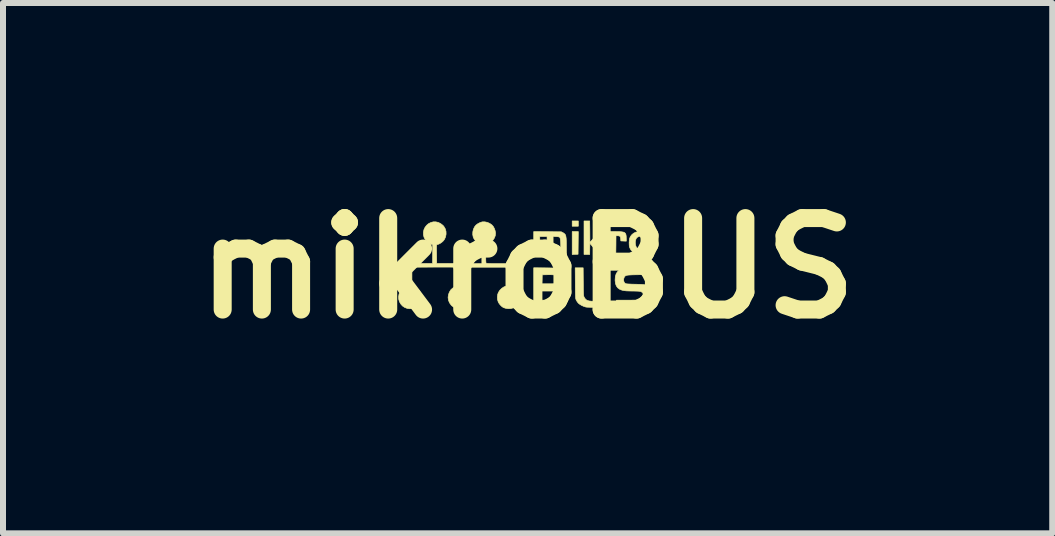
<source format=kicad_pcb>
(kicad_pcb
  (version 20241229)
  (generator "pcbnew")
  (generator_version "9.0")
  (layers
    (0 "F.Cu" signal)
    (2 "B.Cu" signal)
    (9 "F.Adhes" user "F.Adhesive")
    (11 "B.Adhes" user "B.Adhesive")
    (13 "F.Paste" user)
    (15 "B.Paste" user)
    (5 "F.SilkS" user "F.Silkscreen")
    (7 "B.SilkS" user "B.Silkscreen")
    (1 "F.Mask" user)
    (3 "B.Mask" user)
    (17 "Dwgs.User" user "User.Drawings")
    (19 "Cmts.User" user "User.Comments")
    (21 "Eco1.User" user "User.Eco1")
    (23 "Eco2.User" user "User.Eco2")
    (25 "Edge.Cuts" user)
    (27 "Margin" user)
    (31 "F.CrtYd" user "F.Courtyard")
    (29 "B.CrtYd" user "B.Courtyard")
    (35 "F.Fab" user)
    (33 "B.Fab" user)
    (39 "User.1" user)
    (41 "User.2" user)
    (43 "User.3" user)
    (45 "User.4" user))
  (footprint "mikroBUS"
    (layer "F.Cu")
    (at 5.74 1.418)
    (property "Reference" "mikroBUS" (at 0 0 0) (layer "F.SilkS") (effects (font (size 1.524 1.524) (thickness 0.3))))
    (attr through_hole)
    (fp_poly (pts (xy 0.845 -0.699) (xy 0.743 -0.699) (xy 0.743 -0.787) (xy 0.845 -0.787) (xy 0.845 -0.699)) (stroke (width 0.01) (type solid)) (fill yes) (layer "F.SilkS"))
    (fp_poly (pts (xy 0.843 -0.421) (xy 0.841 -0.232) (xy 0.792 -0.23) (xy 0.743 -0.228) (xy 0.743 -0.61) (xy 0.845 -0.61) (xy 0.843 -0.421)) (stroke (width 0.01) (type solid)) (fill yes) (layer "F.SilkS"))
    (fp_poly (pts (xy 1.528 -0.609) (xy 1.567 -0.606) (xy 1.596 -0.601) (xy 1.617 -0.592) (xy 1.631 -0.578) (xy 1.639 -0.558) (xy 1.643 -0.532) (xy 1.644 -0.498) (xy 1.644 -0.497) (xy 1.645 -0.45) (xy 1.599 -0.452) (xy 1.553 -0.454) (xy 1.551 -0.489) (xy 1.547 -0.515) (xy 1.539 -0.53) (xy 1.524 -0.538) (xy 1.501 -0.54) (xy 1.473 -0.54) (xy 1.472 -0.386) (xy 1.47 -0.232) (xy 1.425 -0.23) (xy 1.403 -0.23) (xy 1.385 -0.231) (xy 1.376 -0.232) (xy 1.376 -0.233) (xy 1.375 -0.24) (xy 1.374 -0.258) (xy 1.373 -0.286) (xy 1.372 -0.322) (xy 1.372 -0.363) (xy 1.372 -0.41) (xy 1.372 -0.423) (xy 1.372 -0.61) (xy 1.478 -0.61) (xy 1.528 -0.609)) (stroke (width 0.01) (type solid)) (fill yes) (layer "F.SilkS"))
    (fp_poly (pts (xy 1.037 -0.609) (xy 1.038 -0.43) (xy 1.103 -0.502) (xy 1.126 -0.529) (xy 1.148 -0.554) (xy 1.166 -0.575) (xy 1.179 -0.589) (xy 1.182 -0.592) (xy 1.189 -0.601) (xy 1.197 -0.606) (xy 1.207 -0.608) (xy 1.224 -0.609) (xy 1.249 -0.609) (xy 1.258 -0.608) (xy 1.32 -0.606) (xy 1.238 -0.521) (xy 1.212 -0.493) (xy 1.19 -0.468) (xy 1.172 -0.448) (xy 1.16 -0.433) (xy 1.156 -0.426) (xy 1.16 -0.419) (xy 1.171 -0.404) (xy 1.189 -0.383) (xy 1.211 -0.358) (xy 1.236 -0.329) (xy 1.239 -0.326) (xy 1.271 -0.291) (xy 1.294 -0.263) (xy 1.308 -0.245) (xy 1.314 -0.234) (xy 1.313 -0.231) (xy 1.303 -0.23) (xy 1.283 -0.23) (xy 1.258 -0.23) (xy 1.247 -0.23) (xy 1.191 -0.232) (xy 1.114 -0.323) (xy 1.038 -0.415) (xy 1.036 -0.322) (xy 1.035 -0.229) (xy 0.94 -0.229) (xy 0.94 -0.787) (xy 0.987 -0.787) (xy 1.035 -0.787) (xy 1.037 -0.609)) (stroke (width 0.01) (type solid)) (fill yes) (layer "F.SilkS"))
    (fp_poly (pts (xy 0.332 -0.608) (xy 0.562 -0.606) (xy 0.591 -0.591) (xy 0.606 -0.581) (xy 0.618 -0.571) (xy 0.628 -0.559) (xy 0.635 -0.544) (xy 0.639 -0.523) (xy 0.643 -0.495) (xy 0.645 -0.458) (xy 0.646 -0.412) (xy 0.646 -0.376) (xy 0.648 -0.229) (xy 0.552 -0.229) (xy 0.552 -0.341) (xy 0.552 -0.396) (xy 0.55 -0.439) (xy 0.547 -0.472) (xy 0.543 -0.495) (xy 0.538 -0.51) (xy 0.534 -0.516) (xy 0.524 -0.52) (xy 0.506 -0.524) (xy 0.482 -0.526) (xy 0.476 -0.526) (xy 0.425 -0.528) (xy 0.425 -0.228) (xy 0.376 -0.23) (xy 0.327 -0.232) (xy 0.325 -0.379) (xy 0.324 -0.527) (xy 0.203 -0.527) (xy 0.202 -0.379) (xy 0.2 -0.232) (xy 0.155 -0.23) (xy 0.133 -0.23) (xy 0.115 -0.231) (xy 0.106 -0.232) (xy 0.106 -0.233) (xy 0.105 -0.24) (xy 0.104 -0.258) (xy 0.103 -0.286) (xy 0.102 -0.322) (xy 0.102 -0.363) (xy 0.102 -0.41) (xy 0.102 -0.424) (xy 0.102 -0.61) (xy 0.332 -0.608)) (stroke (width 0.01) (type solid)) (fill yes) (layer "F.SilkS"))
    (fp_poly (pts (xy 1.924 -0.614) (xy 1.974 -0.601) (xy 2.015 -0.579) (xy 2.048 -0.548) (xy 2.072 -0.509) (xy 2.085 -0.463) (xy 2.088 -0.41) (xy 2.088 -0.407) (xy 2.081 -0.361) (xy 2.066 -0.322) (xy 2.041 -0.287) (xy 2.033 -0.278) (xy 2.003 -0.255) (xy 1.965 -0.238) (xy 1.923 -0.228) (xy 1.878 -0.225) (xy 1.836 -0.23) (xy 1.832 -0.231) (xy 1.786 -0.248) (xy 1.749 -0.272) (xy 1.72 -0.306) (xy 1.707 -0.33) (xy 1.7 -0.346) (xy 1.695 -0.363) (xy 1.693 -0.384) (xy 1.692 -0.414) (xy 1.692 -0.422) (xy 1.692 -0.425) (xy 1.794 -0.425) (xy 1.799 -0.383) (xy 1.812 -0.349) (xy 1.835 -0.323) (xy 1.841 -0.319) (xy 1.867 -0.307) (xy 1.895 -0.307) (xy 1.927 -0.317) (xy 1.93 -0.319) (xy 1.957 -0.337) (xy 1.974 -0.361) (xy 1.983 -0.392) (xy 1.984 -0.419) (xy 1.98 -0.461) (xy 1.968 -0.494) (xy 1.947 -0.517) (xy 1.918 -0.53) (xy 1.889 -0.533) (xy 1.854 -0.528) (xy 1.826 -0.514) (xy 1.807 -0.49) (xy 1.797 -0.456) (xy 1.794 -0.425) (xy 1.692 -0.425) (xy 1.694 -0.461) (xy 1.698 -0.491) (xy 1.708 -0.516) (xy 1.723 -0.541) (xy 1.737 -0.558) (xy 1.764 -0.581) (xy 1.799 -0.599) (xy 1.84 -0.611) (xy 1.884 -0.617) (xy 1.924 -0.614)) (stroke (width 0.01) (type solid)) (fill yes) (layer "F.SilkS"))
    (fp_poly (pts (xy 0.316 -0.005) (xy 0.377 -0.004) (xy 0.426 -0.003) (xy 0.465 -0.002) (xy 0.496 -0.001) (xy 0.52 0.001) (xy 0.538 0.003) (xy 0.552 0.006) (xy 0.563 0.008) (xy 0.605 0.028) (xy 0.638 0.055) (xy 0.661 0.089) (xy 0.675 0.132) (xy 0.678 0.159) (xy 0.676 0.204) (xy 0.663 0.243) (xy 0.638 0.278) (xy 0.601 0.309) (xy 0.597 0.312) (xy 0.582 0.321) (xy 0.611 0.338) (xy 0.643 0.364) (xy 0.666 0.398) (xy 0.678 0.438) (xy 0.68 0.485) (xy 0.678 0.503) (xy 0.669 0.544) (xy 0.652 0.576) (xy 0.627 0.602) (xy 0.594 0.622) (xy 0.551 0.645) (xy 0.326 0.646) (xy 0.102 0.648) (xy 0.102 0.381) (xy 0.241 0.381) (xy 0.241 0.533) (xy 0.356 0.533) (xy 0.403 0.533) (xy 0.439 0.532) (xy 0.465 0.53) (xy 0.483 0.527) (xy 0.491 0.525) (xy 0.515 0.51) (xy 0.528 0.489) (xy 0.533 0.459) (xy 0.533 0.455) (xy 0.532 0.434) (xy 0.526 0.419) (xy 0.513 0.404) (xy 0.512 0.403) (xy 0.49 0.381) (xy 0.241 0.381) (xy 0.102 0.381) (xy 0.102 0.26) (xy 0.241 0.26) (xy 0.359 0.26) (xy 0.403 0.26) (xy 0.437 0.259) (xy 0.462 0.258) (xy 0.479 0.256) (xy 0.492 0.253) (xy 0.499 0.25) (xy 0.518 0.235) (xy 0.53 0.211) (xy 0.532 0.182) (xy 0.531 0.17) (xy 0.525 0.15) (xy 0.513 0.135) (xy 0.494 0.124) (xy 0.468 0.116) (xy 0.433 0.111) (xy 0.388 0.109) (xy 0.336 0.109) (xy 0.244 0.111) (xy 0.243 0.186) (xy 0.241 0.26) (xy 0.102 0.26) (xy 0.102 -0.007) (xy 0.316 -0.005)) (stroke (width 0.01) (type solid)) (fill yes) (layer "F.SilkS"))
    (fp_poly (pts (xy 0.928 0.227) (xy 0.929 0.288) (xy 0.929 0.337) (xy 0.93 0.376) (xy 0.931 0.407) (xy 0.932 0.43) (xy 0.933 0.448) (xy 0.935 0.461) (xy 0.937 0.47) (xy 0.94 0.478) (xy 0.944 0.485) (xy 0.944 0.487) (xy 0.963 0.514) (xy 0.986 0.533) (xy 1.018 0.544) (xy 1.027 0.546) (xy 1.072 0.551) (xy 1.114 0.548) (xy 1.152 0.536) (xy 1.182 0.518) (xy 1.202 0.496) (xy 1.205 0.49) (xy 1.208 0.483) (xy 1.211 0.475) (xy 1.213 0.464) (xy 1.214 0.449) (xy 1.215 0.428) (xy 1.216 0.4) (xy 1.217 0.364) (xy 1.217 0.319) (xy 1.218 0.262) (xy 1.218 0.233) (xy 1.22 -0.006) (xy 1.36 -0.006) (xy 1.358 0.24) (xy 1.357 0.306) (xy 1.356 0.36) (xy 1.355 0.405) (xy 1.354 0.441) (xy 1.352 0.47) (xy 1.349 0.492) (xy 1.345 0.51) (xy 1.341 0.525) (xy 1.335 0.538) (xy 1.328 0.55) (xy 1.319 0.564) (xy 1.318 0.565) (xy 1.295 0.591) (xy 1.264 0.612) (xy 1.224 0.632) (xy 1.216 0.635) (xy 1.198 0.641) (xy 1.18 0.646) (xy 1.159 0.649) (xy 1.131 0.65) (xy 1.094 0.651) (xy 1.089 0.652) (xy 1.054 0.652) (xy 1.021 0.651) (xy 0.993 0.65) (xy 0.975 0.648) (xy 0.972 0.648) (xy 0.94 0.638) (xy 0.907 0.624) (xy 0.875 0.606) (xy 0.851 0.588) (xy 0.846 0.584) (xy 0.83 0.564) (xy 0.815 0.541) (xy 0.811 0.534) (xy 0.808 0.526) (xy 0.805 0.519) (xy 0.802 0.509) (xy 0.8 0.498) (xy 0.799 0.482) (xy 0.798 0.461) (xy 0.797 0.433) (xy 0.796 0.397) (xy 0.796 0.353) (xy 0.795 0.298) (xy 0.795 0.249) (xy 0.793 -0.006) (xy 0.926 -0.006) (xy 0.928 0.227)) (stroke (width 0.01) (type solid)) (fill yes) (layer "F.SilkS"))
    (fp_poly (pts (xy 2.045 0.107) (xy 1.856 0.109) (xy 1.796 0.11) (xy 1.748 0.111) (xy 1.709 0.113) (xy 1.679 0.115) (xy 1.657 0.118) (xy 1.64 0.123) (xy 1.629 0.129) (xy 1.62 0.136) (xy 1.613 0.146) (xy 1.61 0.152) (xy 1.601 0.179) (xy 1.601 0.208) (xy 1.608 0.233) (xy 1.623 0.251) (xy 1.625 0.252) (xy 1.631 0.256) (xy 1.641 0.259) (xy 1.654 0.261) (xy 1.673 0.263) (xy 1.699 0.264) (xy 1.735 0.266) (xy 1.78 0.267) (xy 1.797 0.267) (xy 1.852 0.269) (xy 1.896 0.27) (xy 1.931 0.273) (xy 1.958 0.277) (xy 1.979 0.282) (xy 1.995 0.29) (xy 2.01 0.299) (xy 2.023 0.312) (xy 2.033 0.323) (xy 2.056 0.356) (xy 2.07 0.396) (xy 2.076 0.44) (xy 2.073 0.485) (xy 2.064 0.528) (xy 2.046 0.566) (xy 2.021 0.597) (xy 2.018 0.6) (xy 2.005 0.611) (xy 1.992 0.62) (xy 1.979 0.627) (xy 1.964 0.633) (xy 1.946 0.637) (xy 1.923 0.64) (xy 1.893 0.642) (xy 1.856 0.644) (xy 1.811 0.645) (xy 1.754 0.646) (xy 1.707 0.646) (xy 1.48 0.648) (xy 1.48 0.533) (xy 1.665 0.533) (xy 1.714 0.533) (xy 1.76 0.532) (xy 1.8 0.532) (xy 1.834 0.53) (xy 1.86 0.529) (xy 1.875 0.528) (xy 1.876 0.527) (xy 1.904 0.516) (xy 1.922 0.496) (xy 1.93 0.469) (xy 1.93 0.457) (xy 1.926 0.427) (xy 1.911 0.404) (xy 1.887 0.39) (xy 1.876 0.387) (xy 1.862 0.385) (xy 1.837 0.383) (xy 1.805 0.382) (xy 1.768 0.381) (xy 1.74 0.381) (xy 1.686 0.38) (xy 1.643 0.378) (xy 1.608 0.374) (xy 1.579 0.368) (xy 1.554 0.36) (xy 1.531 0.349) (xy 1.53 0.349) (xy 1.5 0.326) (xy 1.478 0.295) (xy 1.464 0.256) (xy 1.458 0.208) (xy 1.458 0.191) (xy 1.462 0.137) (xy 1.476 0.092) (xy 1.499 0.057) (xy 1.531 0.029) (xy 1.572 0.01) (xy 1.613 0.000421) (xy 1.63 -0.001) (xy 1.657 -0.003) (xy 1.694 -0.004) (xy 1.737 -0.005) (xy 1.784 -0.006) (xy 1.835 -0.006) (xy 1.849 -0.006) (xy 2.045 -0.006) (xy 2.045 0.107)) (stroke (width 0.01) (type solid)) (fill yes) (layer "F.SilkS"))
    (fp_poly (pts (xy -0.67 -0.763) (xy -0.631 -0.746) (xy -0.596 -0.722) (xy -0.572 -0.695) (xy -0.555 -0.664) (xy -0.542 -0.629) (xy -0.535 -0.594) (xy -0.534 -0.58) (xy -0.539 -0.539) (xy -0.556 -0.498) (xy -0.581 -0.461) (xy -0.613 -0.43) (xy -0.649 -0.406) (xy -0.661 -0.402) (xy -0.695 -0.389) (xy -0.697 -0.241) (xy -0.697 -0.188) (xy -0.697 -0.146) (xy -0.696 -0.115) (xy -0.694 -0.096) (xy -0.692 -0.086) (xy -0.691 -0.085) (xy -0.687 -0.082) (xy -0.678 -0.08) (xy -0.663 -0.079) (xy -0.641 -0.078) (xy -0.611 -0.077) (xy -0.571 -0.076) (xy -0.521 -0.076) (xy -0.485 -0.076) (xy -0.286 -0.076) (xy -0.284 0.109) (xy -0.283 0.294) (xy -0.25 0.306) (xy -0.226 0.317) (xy -0.201 0.334) (xy -0.185 0.346) (xy -0.155 0.381) (xy -0.135 0.421) (xy -0.125 0.463) (xy -0.125 0.505) (xy -0.134 0.546) (xy -0.151 0.585) (xy -0.177 0.619) (xy -0.21 0.646) (xy -0.25 0.665) (xy -0.28 0.673) (xy -0.321 0.675) (xy -0.363 0.669) (xy -0.401 0.657) (xy -0.407 0.654) (xy -0.432 0.636) (xy -0.458 0.61) (xy -0.48 0.58) (xy -0.49 0.56) (xy -0.502 0.521) (xy -0.504 0.478) (xy -0.498 0.435) (xy -0.486 0.404) (xy -0.463 0.368) (xy -0.432 0.337) (xy -0.396 0.313) (xy -0.38 0.306) (xy -0.349 0.295) (xy -0.351 0.14) (xy -0.352 -0.016) (xy -1.102 -0.016) (xy -1.103 0.14) (xy -1.105 0.296) (xy -1.071 0.307) (xy -1.03 0.326) (xy -0.995 0.356) (xy -0.968 0.395) (xy -0.959 0.413) (xy -0.953 0.428) (xy -0.95 0.446) (xy -0.949 0.471) (xy -0.949 0.486) (xy -0.95 0.515) (xy -0.952 0.535) (xy -0.956 0.551) (xy -0.963 0.568) (xy -0.968 0.577) (xy -0.991 0.609) (xy -1.019 0.636) (xy -1.051 0.658) (xy -1.075 0.667) (xy -1.124 0.675) (xy -1.172 0.671) (xy -1.217 0.657) (xy -1.256 0.632) (xy -1.272 0.617) (xy -1.301 0.577) (xy -1.319 0.533) (xy -1.325 0.486) (xy -1.318 0.439) (xy -1.303 0.399) (xy -1.279 0.36) (xy -1.247 0.331) (xy -1.207 0.31) (xy -1.199 0.306) (xy -1.168 0.295) (xy -1.168 -0.012) (xy -1.183 -0.016) (xy -1.192 -0.017) (xy -1.212 -0.017) (xy -1.243 -0.017) (xy -1.282 -0.018) (xy -1.33 -0.018) (xy -1.385 -0.018) (xy -1.445 -0.018) (xy -1.51 -0.018) (xy -1.562 -0.018) (xy -1.927 -0.016) (xy -1.927 0.294) (xy -1.895 0.306) (xy -1.855 0.327) (xy -1.819 0.357) (xy -1.792 0.395) (xy -1.786 0.405) (xy -1.772 0.449) (xy -1.769 0.494) (xy -1.776 0.54) (xy -1.794 0.582) (xy -1.823 0.619) (xy -1.83 0.626) (xy -1.87 0.654) (xy -1.915 0.671) (xy -1.962 0.676) (xy -2.004 0.671) (xy -2.048 0.654) (xy -2.085 0.629) (xy -2.114 0.596) (xy -2.135 0.559) (xy -2.147 0.518) (xy -2.149 0.475) (xy -2.142 0.432) (xy -2.125 0.392) (xy -2.097 0.355) (xy -2.085 0.344) (xy -2.063 0.327) (xy -2.038 0.313) (xy -2.025 0.307) (xy -1.994 0.296) (xy -1.994 -0.076) (xy -1.789 -0.078) (xy -1.584 -0.079) (xy -1.581 -0.391) (xy -1.612 -0.402) (xy -1.634 -0.412) (xy -1.659 -0.428) (xy -1.675 -0.441) (xy -1.706 -0.477) (xy -1.726 -0.516) (xy -1.736 -0.558) (xy -1.736 -0.6) (xy -1.727 -0.642) (xy -1.709 -0.68) (xy -1.683 -0.714) (xy -1.65 -0.742) (xy -1.609 -0.762) (xy -1.571 -0.772) (xy -1.529 -0.772) (xy -1.486 -0.762) (xy -1.446 -0.741) (xy -1.41 -0.713) (xy -1.393 -0.693) (xy -1.371 -0.655) (xy -1.359 -0.611) (xy -1.358 -0.566) (xy -1.367 -0.521) (xy -1.385 -0.48) (xy -1.404 -0.455) (xy -1.423 -0.437) (xy -1.447 -0.419) (xy -1.472 -0.405) (xy -1.494 -0.396) (xy -1.506 -0.394) (xy -1.51 -0.393) (xy -1.513 -0.39) (xy -1.515 -0.384) (xy -1.516 -0.372) (xy -1.517 -0.353) (xy -1.517 -0.327) (xy -1.517 -0.29) (xy -1.516 -0.243) (xy -1.516 -0.237) (xy -1.514 -0.079) (xy -1.138 -0.078) (xy -0.762 -0.076) (xy -0.762 -0.391) (xy -0.794 -0.402) (xy -0.826 -0.419) (xy -0.858 -0.444) (xy -0.884 -0.475) (xy -0.902 -0.507) (xy -0.905 -0.513) (xy -0.914 -0.558) (xy -0.913 -0.604) (xy -0.903 -0.648) (xy -0.884 -0.688) (xy -0.861 -0.717) (xy -0.832 -0.739) (xy -0.796 -0.758) (xy -0.761 -0.77) (xy -0.751 -0.772) (xy -0.712 -0.772) (xy -0.67 -0.763)) (stroke (width 0.01) (type solid)) (fill yes) (layer "F.SilkS")))
  (gr_rect
    (start -3 -3)
    (end 14.481 5.836)
    (stroke (width 0.1) (type default))
    (fill no)
    (layer "Edge.Cuts")))
</source>
